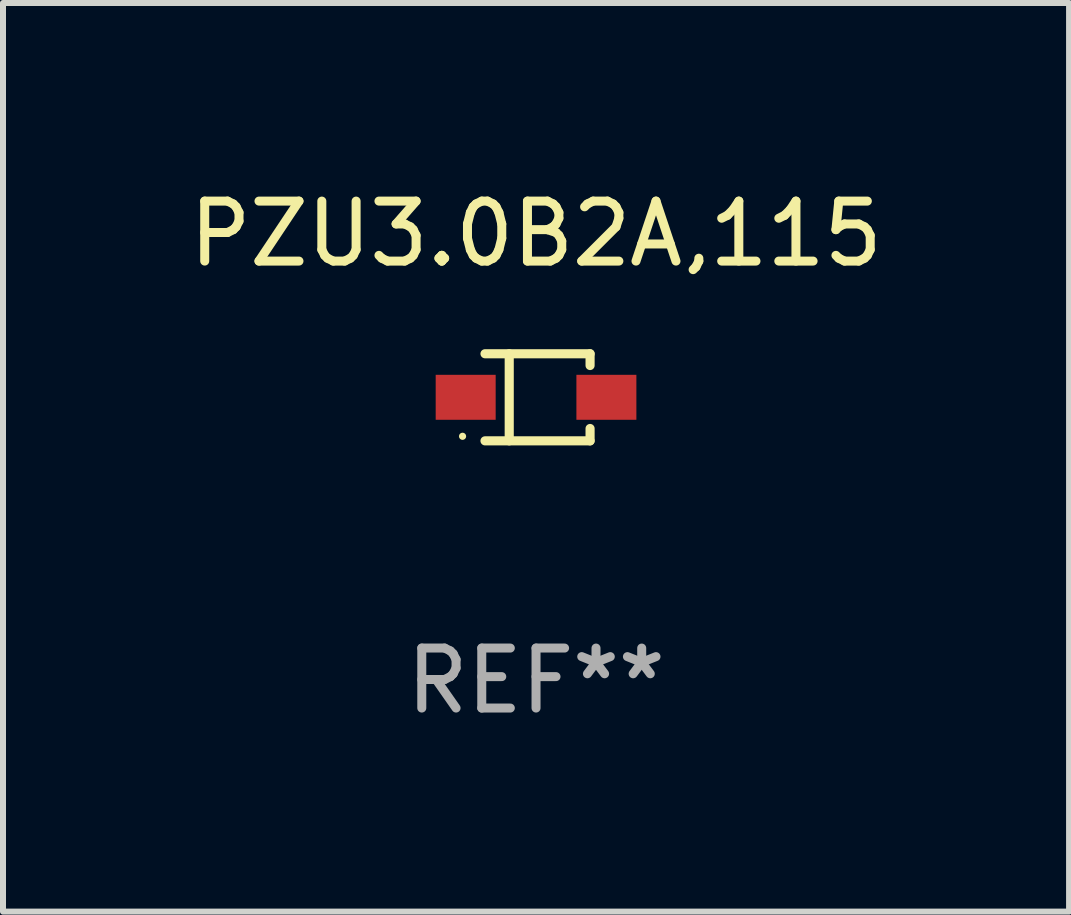
<source format=kicad_pcb>
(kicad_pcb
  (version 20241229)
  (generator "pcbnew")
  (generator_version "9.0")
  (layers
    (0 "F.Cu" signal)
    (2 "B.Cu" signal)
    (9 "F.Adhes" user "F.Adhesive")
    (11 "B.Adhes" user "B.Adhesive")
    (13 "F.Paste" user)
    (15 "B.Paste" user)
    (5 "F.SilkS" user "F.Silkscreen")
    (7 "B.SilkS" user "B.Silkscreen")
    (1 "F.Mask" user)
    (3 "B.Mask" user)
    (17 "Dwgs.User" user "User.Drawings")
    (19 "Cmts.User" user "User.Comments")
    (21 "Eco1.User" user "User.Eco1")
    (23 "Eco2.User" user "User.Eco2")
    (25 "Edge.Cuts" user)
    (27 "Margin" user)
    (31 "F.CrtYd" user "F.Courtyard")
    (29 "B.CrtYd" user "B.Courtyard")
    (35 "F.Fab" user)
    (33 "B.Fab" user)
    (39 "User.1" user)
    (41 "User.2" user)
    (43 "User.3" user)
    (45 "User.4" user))
  (footprint "PZU3.0B2A,115"
    (layer "F.Cu")
    (at 5.887 3.574)
    (property "Reference" "PZU3.0B2A,115" (at 0 -2.726 0) (layer "F.SilkS") (effects (font (size 1 1) (thickness 0.15))))
    (attr through_hole)
    (fp_line (start -0.851 -0.726) (end 0.901 -0.726) (stroke (width 0.152) (type solid)) (layer "F.SilkS"))
    (fp_line (start -0.851 0.726) (end 0.901 0.726) (stroke (width 0.152) (type solid)) (layer "F.SilkS"))
    (fp_line (start -0.447 -0.726) (end -0.447 0.726) (stroke (width 0.152) (type solid)) (layer "F.SilkS"))
    (fp_line (start 0.901 -0.726) (end 0.901 -0.53) (stroke (width 0.152) (type solid)) (layer "F.SilkS"))
    (fp_line (start 0.901 0.726) (end 0.901 0.52) (stroke (width 0.152) (type solid)) (layer "F.SilkS"))
    (fp_circle (center -1.225 0.65) (end -1.195 0.65) (stroke (width 0.06) (type solid)) (fill no) (layer "F.SilkS"))
    (fp_text user "REF**" (at 0 4.726 0) (layer "F.Fab") (effects (font (size 1 1) (thickness 0.15))))
    (pad "1" smd rect (at -1.173 0) (size 1 0.75) (layers "F.Cu" "F.Mask" "F.Paste"))
    (pad "2" smd rect (at 1.173 0) (size 1 0.75) (layers "F.Cu" "F.Mask" "F.Paste")))
  (gr_rect
    (start -3 -3)
    (end 14.774 12.149)
    (stroke (width 0.1) (type default))
    (fill no)
    (layer "Edge.Cuts")))
</source>
